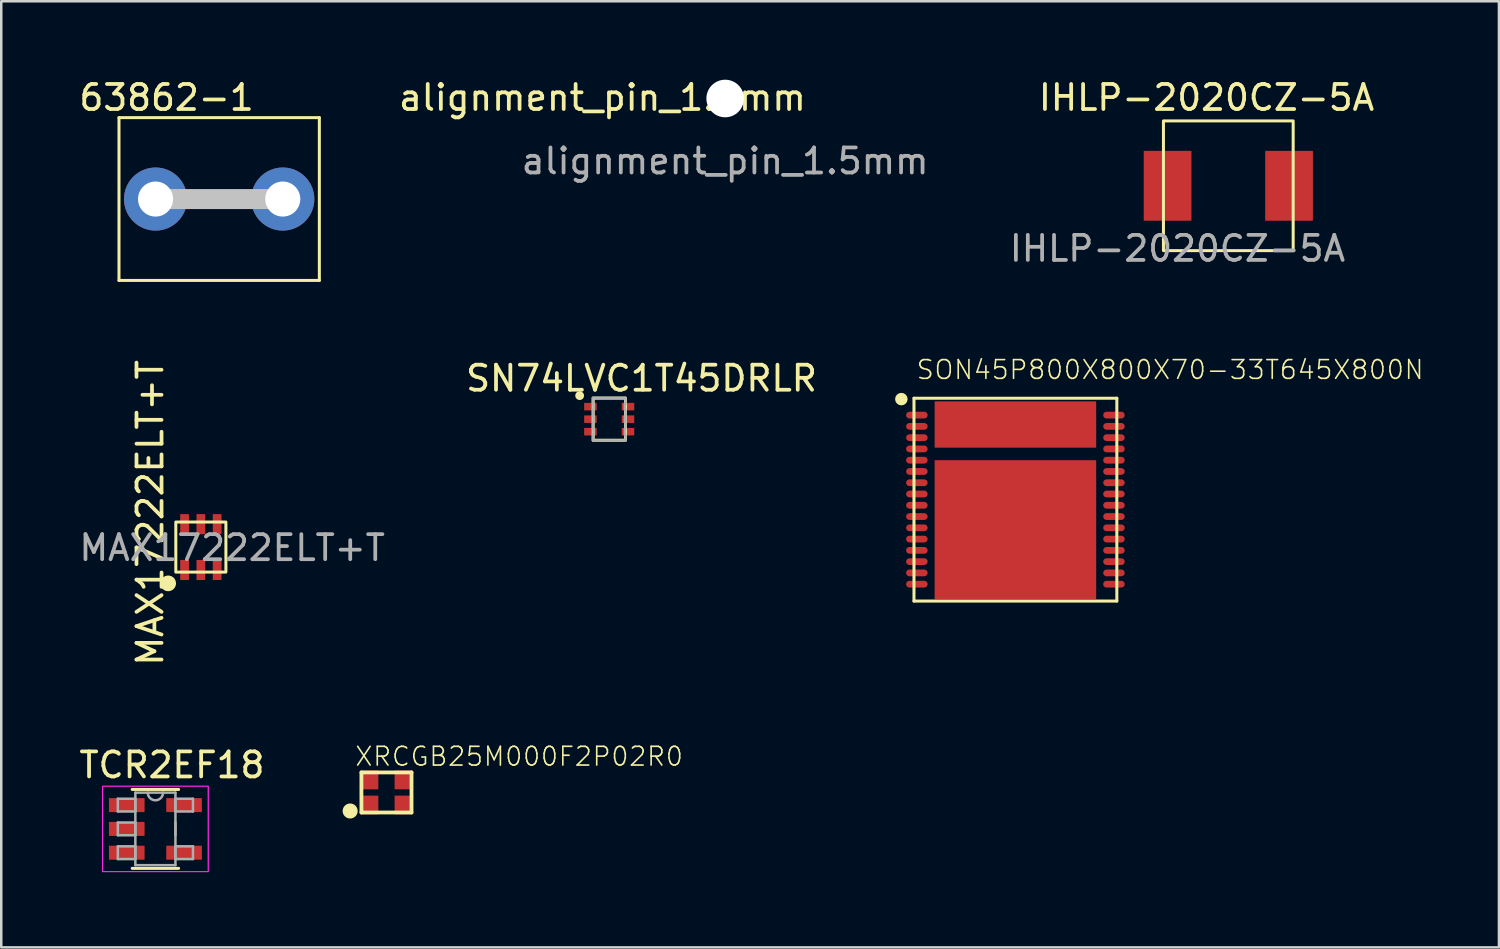
<source format=kicad_pcb>
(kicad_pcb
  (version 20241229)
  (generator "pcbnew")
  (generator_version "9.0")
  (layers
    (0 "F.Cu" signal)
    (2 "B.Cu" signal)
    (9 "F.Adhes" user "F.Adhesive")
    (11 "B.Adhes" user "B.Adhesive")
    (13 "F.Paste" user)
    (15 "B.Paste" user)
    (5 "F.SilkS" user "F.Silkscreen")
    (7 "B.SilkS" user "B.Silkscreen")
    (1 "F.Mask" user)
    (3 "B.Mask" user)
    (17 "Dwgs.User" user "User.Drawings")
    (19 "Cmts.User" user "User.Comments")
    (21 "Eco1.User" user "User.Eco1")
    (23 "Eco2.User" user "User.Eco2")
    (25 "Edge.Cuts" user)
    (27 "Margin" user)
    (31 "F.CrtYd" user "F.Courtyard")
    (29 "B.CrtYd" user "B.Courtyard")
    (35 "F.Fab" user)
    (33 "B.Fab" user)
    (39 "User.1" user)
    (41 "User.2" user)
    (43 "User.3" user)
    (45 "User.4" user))
  (footprint "XRCGB25M000F2P02R0"
    (layer "F.Cu")
    (at 12.381 28.592)
    (property "Reference" "XRCGB25M000F2P02R0" (at -1.3 -1 0) (layer "F.SilkS") (effects (font (size 0.748 0.748) (thickness 0.065)) (justify left bottom)))
    (fp_line (start -1 -0.8) (end 1 -0.8) (stroke (width 0.152) (type solid)) (layer "F.SilkS"))
    (fp_line (start -1 0.8) (end -1 -0.8) (stroke (width 0.152) (type solid)) (layer "F.SilkS"))
    (fp_line (start 1 -0.8) (end 1 0.8) (stroke (width 0.152) (type solid)) (layer "F.SilkS"))
    (fp_line (start 1 0.8) (end -1 0.8) (stroke (width 0.152) (type solid)) (layer "F.SilkS"))
    (fp_circle (center -1.45 0.74) (end -1.226 0.74) (stroke (width 0.152) (type solid)) (fill yes) (layer "F.SilkS"))
    (pad "P$1" smd rect (at -0.675 0.5) (size 0.7 0.75) (layers "F.Cu" "F.Mask" "F.Paste"))
    (pad "P$2" smd rect (at 0.675 0.5) (size 0.7 0.75) (layers "F.Cu" "F.Mask" "F.Paste"))
    (pad "P$3" smd rect (at 0.675 -0.5) (size 0.7 0.75) (layers "F.Cu" "F.Mask" "F.Paste"))
    (pad "P$4" smd rect (at -0.675 -0.5) (size 0.7 0.75) (layers "F.Cu" "F.Mask" "F.Paste")))
  (footprint "SN74LVC1T45DRLR"
    (layer "F.Cu")
    (at 21.275 13.687)
    (property "Reference" "SN74LVC1T45DRLR" (at 1.29 -1.63 0) (layer "F.SilkS") (effects (font (size 1 1) (thickness 0.15))))
    (attr through_hole)
    (fp_rect (start -0.64 -0.84) (end 0.65 0.84) (stroke (width 0.12) (type solid)) (fill no) (layer "F.SilkS"))
    (fp_circle (center -1.18 -0.94) (end -1.03 -0.94) (stroke (width 0.05) (type solid)) (fill yes) (layer "F.SilkS"))
    (fp_line (start -0.65 -0.85) (end 0.65 -0.85) (stroke (width 0.1) (type solid)) (layer "F.Fab"))
    (fp_line (start -0.65 -0.625) (end -0.65 -0.85) (stroke (width 0.1) (type solid)) (layer "F.Fab"))
    (fp_line (start -0.65 -0.125) (end -0.65 -0.375) (stroke (width 0.1) (type solid)) (layer "F.Fab"))
    (fp_line (start -0.65 0.375) (end -0.65 0.125) (stroke (width 0.1) (type solid)) (layer "F.Fab"))
    (fp_line (start -0.65 0.85) (end -0.65 0.625) (stroke (width 0.1) (type solid)) (layer "F.Fab"))
    (fp_line (start -0.65 0.85) (end 0.65 0.85) (stroke (width 0.1) (type solid)) (layer "F.Fab"))
    (fp_line (start -0.627 -0.375) (end -0.627 -0.625) (stroke (width 0.1) (type solid)) (layer "F.Fab"))
    (fp_line (start -0.627 0.125) (end -0.627 -0.125) (stroke (width 0.1) (type solid)) (layer "F.Fab"))
    (fp_line (start -0.627 0.625) (end -0.627 0.375) (stroke (width 0.1) (type solid)) (layer "F.Fab"))
    (fp_line (start 0.627 -0.375) (end 0.627 -0.625) (stroke (width 0.1) (type solid)) (layer "F.Fab"))
    (fp_line (start 0.627 0.125) (end 0.627 -0.125) (stroke (width 0.1) (type solid)) (layer "F.Fab"))
    (fp_line (start 0.627 0.625) (end 0.627 0.375) (stroke (width 0.1) (type solid)) (layer "F.Fab"))
    (fp_line (start 0.65 -0.625) (end 0.65 -0.85) (stroke (width 0.1) (type solid)) (layer "F.Fab"))
    (fp_line (start 0.65 0.375) (end 0.65 -0.375) (stroke (width 0.1) (type solid)) (layer "F.Fab"))
    (fp_line (start 0.65 0.85) (end 0.65 0.625) (stroke (width 0.1) (type solid)) (layer "F.Fab"))
    (pad "1" smd rect (at -0.75 -0.5 90) (size 0.3 0.5) (layers "F.Cu" "F.Mask" "F.Paste"))
    (pad "2" smd rect (at -0.75 -0.000003 90) (size 0.3 0.5) (layers "F.Cu" "F.Mask" "F.Paste"))
    (pad "3" smd rect (at -0.75 0.5 90) (size 0.3 0.5) (layers "F.Cu" "F.Mask" "F.Paste"))
    (pad "4" smd rect (at 0.75 0.5 90) (size 0.3 0.5) (layers "F.Cu" "F.Mask" "F.Paste"))
    (pad "5" smd rect (at 0.75 -0.000003 90) (size 0.3 0.5) (layers "F.Cu" "F.Mask" "F.Paste"))
    (pad "6" smd rect (at 0.75 -0.5 90) (size 0.3 0.5) (layers "F.Cu" "F.Mask" "F.Paste")))
  (footprint "IHLP-2020CZ-5A"
    (layer "F.Cu")
    (at 45.995 4.368)
    (property "Reference" "IHLP-2020CZ-5A" (at -0.87 -3.52 0) (unlocked yes) (layer "F.SilkS") (effects (font (size 1 1) (thickness 0.15))))
    (attr smd)
    (fp_rect (start 2.59 2.59) (end -2.59 -2.59) (stroke (width 0.12) (type solid)) (fill no) (layer "F.SilkS"))
    (fp_text user "${REFERENCE}" (at -2.03 2.505 0) (unlocked yes) (layer "F.Fab") (effects (font (size 1 1) (thickness 0.15))))
    (pad "1" smd rect (at -2.425 0) (size 1.905 2.79) (layers "F.Cu" "F.Mask" "F.Paste"))
    (pad "2" smd rect (at 2.425 0) (size 1.905 2.79) (layers "F.Cu" "F.Mask" "F.Paste")))
  (footprint "TCR2EF18"
    (layer "F.Cu")
    (at 3.155 30.047)
    (property "Reference" "TCR2EF18" (at 0.66 -2.55 0) (layer "F.SilkS") (effects (font (size 1 1) (thickness 0.15))))
    (attr through_hole)
    (fp_line (start -0.927 1.575) (end 0.927 1.575) (stroke (width 0.12) (type solid)) (layer "F.SilkS"))
    (fp_line (start 0.927 -1.575) (end -0.927 -1.575) (stroke (width 0.12) (type solid)) (layer "F.SilkS"))
    (fp_rect (start -2.11 -1.705) (end 2.11 1.705) (stroke (width 0.05) (type solid)) (fill no) (layer "F.CrtYd"))
    (fp_line (start -1.5 -1.204) (end -1.5 -0.696) (stroke (width 0.1) (type solid)) (layer "F.Fab"))
    (fp_line (start -1.5 -0.696) (end -0.8 -0.696) (stroke (width 0.1) (type solid)) (layer "F.Fab"))
    (fp_line (start -1.5 -0.254) (end -1.5 0.254) (stroke (width 0.1) (type solid)) (layer "F.Fab"))
    (fp_line (start -1.5 0.254) (end -0.8 0.254) (stroke (width 0.1) (type solid)) (layer "F.Fab"))
    (fp_line (start -1.5 0.696) (end -1.5 1.204) (stroke (width 0.1) (type solid)) (layer "F.Fab"))
    (fp_line (start -1.5 1.204) (end -0.8 1.204) (stroke (width 0.1) (type solid)) (layer "F.Fab"))
    (fp_line (start -0.8 -1.448) (end -0.8 1.448) (stroke (width 0.1) (type solid)) (layer "F.Fab"))
    (fp_line (start -0.8 -1.204) (end -1.5 -1.204) (stroke (width 0.1) (type solid)) (layer "F.Fab"))
    (fp_line (start -0.8 -0.696) (end -0.8 -1.204) (stroke (width 0.1) (type solid)) (layer "F.Fab"))
    (fp_line (start -0.8 -0.254) (end -1.5 -0.254) (stroke (width 0.1) (type solid)) (layer "F.Fab"))
    (fp_line (start -0.8 0.254) (end -0.8 -0.254) (stroke (width 0.1) (type solid)) (layer "F.Fab"))
    (fp_line (start -0.8 0.696) (end -1.5 0.696) (stroke (width 0.1) (type solid)) (layer "F.Fab"))
    (fp_line (start -0.8 1.204) (end -0.8 0.696) (stroke (width 0.1) (type solid)) (layer "F.Fab"))
    (fp_line (start -0.8 1.448) (end 0.8 1.448) (stroke (width 0.1) (type solid)) (layer "F.Fab"))
    (fp_line (start 0.8 -1.448) (end -0.8 -1.448) (stroke (width 0.1) (type solid)) (layer "F.Fab"))
    (fp_line (start 0.8 -1.204) (end 0.8 -0.696) (stroke (width 0.1) (type solid)) (layer "F.Fab"))
    (fp_line (start 0.8 -0.696) (end 1.5 -0.696) (stroke (width 0.1) (type solid)) (layer "F.Fab"))
    (fp_line (start 0.8 -0.254) (end 0.8 0.254) (stroke (width 0.1) (type solid)) (layer "F.Fab"))
    (fp_line (start 0.8 0.696) (end 0.8 1.204) (stroke (width 0.1) (type solid)) (layer "F.Fab"))
    (fp_line (start 0.8 1.204) (end 1.5 1.204) (stroke (width 0.1) (type solid)) (layer "F.Fab"))
    (fp_line (start 0.8 1.448) (end 0.8 -1.448) (stroke (width 0.1) (type solid)) (layer "F.Fab"))
    (fp_line (start 1.5 -1.204) (end 0.8 -1.204) (stroke (width 0.1) (type solid)) (layer "F.Fab"))
    (fp_line (start 1.5 -0.696) (end 1.5 -1.204) (stroke (width 0.1) (type solid)) (layer "F.Fab"))
    (fp_line (start 1.5 0.696) (end 0.8 0.696) (stroke (width 0.1) (type solid)) (layer "F.Fab"))
    (fp_line (start 1.5 1.204) (end 1.5 0.696) (stroke (width 0.1) (type solid)) (layer "F.Fab"))
    (fp_arc (start 0.3048 -1.4478) (mid 0 -1.143) (end -0.3048 -1.4478) (stroke (width 0.1) (type solid)) (layer "F.Fab"))
    (pad "1" smd rect (at -1.144 -0.95) (size 1.422 0.559) (layers "F.Cu" "F.Mask" "F.Paste"))
    (pad "2" smd rect (at -1.144 0) (size 1.422 0.559) (layers "F.Cu" "F.Mask" "F.Paste"))
    (pad "3" smd rect (at -1.144 0.95) (size 1.422 0.559) (layers "F.Cu" "F.Mask" "F.Paste"))
    (pad "4" smd rect (at 1.144 0.95) (size 1.422 0.559) (layers "F.Cu" "F.Mask" "F.Paste"))
    (pad "5" smd rect (at 1.144 -0.95) (size 1.422 0.559) (layers "F.Cu" "F.Mask" "F.Paste")))
  (footprint "63862-1"
    (layer "F.Cu")
    (at 5.701 4.898)
    (property "Reference" "63862-1" (at -2.1 -4.05 0) (unlocked yes) (layer "F.SilkS") (effects (font (size 1 1) (thickness 0.15))))
    (fp_line (start -4 -3.25) (end 4 -3.25) (stroke (width 0.12) (type solid)) (layer "F.SilkS"))
    (fp_line (start -4 3.25) (end -4 -3.25) (stroke (width 0.12) (type solid)) (layer "F.SilkS"))
    (fp_line (start 4 -3.25) (end 4 3.25) (stroke (width 0.12) (type solid)) (layer "F.SilkS"))
    (fp_line (start 4 3.25) (end -4 3.25) (stroke (width 0.12) (type solid)) (layer "F.SilkS"))
    (fp_line (start -2.49 0) (end 2.61 0) (stroke (width 0.8) (type solid)) (layer "Dwgs.User"))
    (pad "1" thru_hole circle (at -2.54 0) (size 2.52 2.52) (drill 1.4) (layers "*.Cu" "*.Mask"))
    (pad "1" thru_hole circle (at 2.54 0) (size 2.52 2.52) (drill 1.4) (layers "*.Cu" "*.Mask")))
  (footprint "alignment_pin_1.5mm"
    (layer "F.Cu")
    (at 25.905 0.883)
    (property "Reference" "alignment_pin_1.5mm" (at -4.9 -0.035 0) (unlocked yes) (layer "F.SilkS") (effects (font (size 1 1) (thickness 0.15))))
    (attr through_hole)
    (fp_circle (center 0 0) (end 0.75 0) (stroke (width 0) (type solid)) (fill yes) (layer "F.Paste"))
    (fp_circle (center 0 0) (end 0.75 0) (stroke (width 0) (type solid)) (fill yes) (layer "B.Paste"))
    (fp_text user "${REFERENCE}" (at 0 2.5 0) (unlocked yes) (layer "F.Fab") (effects (font (size 1 1) (thickness 0.15))))
    (pad "" np_thru_hole circle (at 0 0) (size 1.5 1.5) (drill 1.5) (layers "*.Cu" "*.Mask")))
  (footprint "MAX17222ELT+T"
    (layer "F.Cu")
    (at 4.97 18.793)
    (property "Reference" "MAX17222ELT+T" (at -2.025 -1.365 90) (unlocked yes) (layer "F.SilkS") (effects (font (size 1 1) (thickness 0.15))))
    (attr smd)
    (fp_rect (start -1 -1) (end 1 1) (stroke (width 0.12) (type solid)) (fill no) (layer "F.SilkS"))
    (fp_circle (center -1.305 1.45) (end -1.052 1.45) (stroke (width 0.12) (type solid)) (fill yes) (layer "F.SilkS"))
    (fp_text user "${REFERENCE}" (at 1.25 0.03 0) (unlocked yes) (layer "F.Fab") (effects (font (size 1 1) (thickness 0.15))))
    (pad "1" smd rect (at -0.65 0.915 90) (size 0.8 0.35) (layers "F.Cu" "F.Mask" "F.Paste"))
    (pad "2" smd rect (at 0 0.915 90) (size 0.8 0.35) (layers "F.Cu" "F.Mask" "F.Paste"))
    (pad "3" smd rect (at 0.65 0.915 90) (size 0.8 0.35) (layers "F.Cu" "F.Mask" "F.Paste"))
    (pad "4" smd rect (at 0.65 -0.915 90) (size 0.8 0.35) (layers "F.Cu" "F.Mask" "F.Paste"))
    (pad "5" smd rect (at 0 -0.915 90) (size 0.8 0.35) (layers "F.Cu" "F.Mask" "F.Paste"))
    (pad "6" smd rect (at -0.65 -0.915 90) (size 0.8 0.35) (layers "F.Cu" "F.Mask" "F.Paste")))
  (footprint "SON45P800X800X70-33T645X800N"
    (layer "F.Cu")
    (at 37.494 16.9)
    (property "Reference" "SON45P800X800X70-33T645X800N" (at -4 -4.749 0) (layer "F.SilkS") (effects (font (size 0.748 0.748) (thickness 0.065)) (justify left bottom)))
    (fp_line (start -4.05 -4.05) (end 4.05 -4.05) (stroke (width 0.12) (type solid)) (layer "F.SilkS"))
    (fp_line (start -4.05 4.05) (end -4.05 -4.05) (stroke (width 0.12) (type solid)) (layer "F.SilkS"))
    (fp_line (start 4.05 -4.05) (end 4.05 4.05) (stroke (width 0.12) (type solid)) (layer "F.SilkS"))
    (fp_line (start 4.05 4.05) (end -4.05 4.05) (stroke (width 0.12) (type solid)) (layer "F.SilkS"))
    (fp_circle (center -4.554 -4.014) (end -4.429 -4.014) (stroke (width 0.25) (type solid)) (fill no) (layer "F.SilkS"))
    (fp_poly (pts (xy -2.9 -2.3) (xy -1.2 -2.3) (xy -1.2 -3.7) (xy -2.9 -3.7)) (stroke (width 0.1) (type solid)) (fill yes) (layer "F.Paste"))
    (fp_poly (pts (xy -2.9 1) (xy -1.2 1) (xy -1.2 -1.3) (xy -2.9 -1.3)) (stroke (width 0.1) (type solid)) (fill yes) (layer "F.Paste"))
    (fp_poly (pts (xy -2.9 3.7) (xy -1.2 3.7) (xy -1.2 1.4) (xy -2.9 1.4)) (stroke (width 0.1) (type solid)) (fill yes) (layer "F.Paste"))
    (fp_poly (pts (xy -0.8 -2.3) (xy 0.9 -2.3) (xy 0.9 -3.7) (xy -0.8 -3.7)) (stroke (width 0.1) (type solid)) (fill yes) (layer "F.Paste"))
    (fp_poly (pts (xy -0.8 1) (xy 0.9 1) (xy 0.9 -1.3) (xy -0.8 -1.3)) (stroke (width 0.1) (type solid)) (fill yes) (layer "F.Paste"))
    (fp_poly (pts (xy -0.8 3.7) (xy 0.9 3.7) (xy 0.9 1.4) (xy -0.8 1.4)) (stroke (width 0.1) (type solid)) (fill yes) (layer "F.Paste"))
    (fp_poly (pts (xy 1.2 -2.3) (xy 2.9 -2.3) (xy 2.9 -3.7) (xy 1.2 -3.7)) (stroke (width 0.1) (type solid)) (fill yes) (layer "F.Paste"))
    (fp_poly (pts (xy 1.2 1) (xy 2.9 1) (xy 2.9 -1.3) (xy 1.2 -1.3)) (stroke (width 0.1) (type solid)) (fill yes) (layer "F.Paste"))
    (fp_poly (pts (xy 1.2 3.7) (xy 2.9 3.7) (xy 2.9 1.4) (xy 1.2 1.4)) (stroke (width 0.1) (type solid)) (fill yes) (layer "F.Paste"))
    (pad "1" smd roundrect (at -3.935 -3.375) (size 0.86 0.27) (layers "F.Cu" "F.Mask" "F.Paste") (roundrect_rratio 0.5))
    (pad "2" smd roundrect (at -3.935 -2.925) (size 0.86 0.27) (layers "F.Cu" "F.Mask" "F.Paste") (roundrect_rratio 0.5))
    (pad "3" smd roundrect (at -3.935 -2.475) (size 0.86 0.27) (layers "F.Cu" "F.Mask" "F.Paste") (roundrect_rratio 0.5))
    (pad "4" smd roundrect (at -3.935 -2.025) (size 0.86 0.27) (layers "F.Cu" "F.Mask" "F.Paste") (roundrect_rratio 0.5))
    (pad "5" smd roundrect (at -3.935 -1.575) (size 0.86 0.27) (layers "F.Cu" "F.Mask" "F.Paste") (roundrect_rratio 0.5))
    (pad "6" smd roundrect (at -3.935 -1.125) (size 0.86 0.27) (layers "F.Cu" "F.Mask" "F.Paste") (roundrect_rratio 0.5))
    (pad "7" smd roundrect (at -3.935 -0.675) (size 0.86 0.27) (layers "F.Cu" "F.Mask" "F.Paste") (roundrect_rratio 0.5))
    (pad "8" smd roundrect (at -3.935 -0.225) (size 0.86 0.27) (layers "F.Cu" "F.Mask" "F.Paste") (roundrect_rratio 0.5))
    (pad "9" smd roundrect (at -3.935 0.225) (size 0.86 0.27) (layers "F.Cu" "F.Mask" "F.Paste") (roundrect_rratio 0.5))
    (pad "10" smd roundrect (at -3.935 0.675) (size 0.86 0.27) (layers "F.Cu" "F.Mask" "F.Paste") (roundrect_rratio 0.5))
    (pad "11" smd roundrect (at -3.935 1.125) (size 0.86 0.27) (layers "F.Cu" "F.Mask" "F.Paste") (roundrect_rratio 0.5))
    (pad "12" smd roundrect (at -3.935 1.575) (size 0.86 0.27) (layers "F.Cu" "F.Mask" "F.Paste") (roundrect_rratio 0.5))
    (pad "13" smd roundrect (at -3.935 2.025) (size 0.86 0.27) (layers "F.Cu" "F.Mask" "F.Paste") (roundrect_rratio 0.5))
    (pad "14" smd roundrect (at -3.935 2.475) (size 0.86 0.27) (layers "F.Cu" "F.Mask" "F.Paste") (roundrect_rratio 0.5))
    (pad "15" smd roundrect (at -3.935 2.925) (size 0.86 0.27) (layers "F.Cu" "F.Mask" "F.Paste") (roundrect_rratio 0.5))
    (pad "16" smd roundrect (at -3.935 3.375) (size 0.86 0.27) (layers "F.Cu" "F.Mask" "F.Paste") (roundrect_rratio 0.5))
    (pad "17" smd roundrect (at 3.935 3.375) (size 0.86 0.27) (layers "F.Cu" "F.Mask" "F.Paste") (roundrect_rratio 0.5))
    (pad "18" smd roundrect (at 3.935 2.925) (size 0.86 0.27) (layers "F.Cu" "F.Mask" "F.Paste") (roundrect_rratio 0.5))
    (pad "19" smd roundrect (at 3.935 2.475) (size 0.86 0.27) (layers "F.Cu" "F.Mask" "F.Paste") (roundrect_rratio 0.5))
    (pad "20" smd roundrect (at 3.935 2.025) (size 0.86 0.27) (layers "F.Cu" "F.Mask" "F.Paste") (roundrect_rratio 0.5))
    (pad "21" smd roundrect (at 3.935 1.575) (size 0.86 0.27) (layers "F.Cu" "F.Mask" "F.Paste") (roundrect_rratio 0.5))
    (pad "22" smd roundrect (at 3.935 1.125) (size 0.86 0.27) (layers "F.Cu" "F.Mask" "F.Paste") (roundrect_rratio 0.5))
    (pad "23" smd roundrect (at 3.935 0.675) (size 0.86 0.27) (layers "F.Cu" "F.Mask" "F.Paste") (roundrect_rratio 0.5))
    (pad "24" smd roundrect (at 3.935 0.225) (size 0.86 0.27) (layers "F.Cu" "F.Mask" "F.Paste") (roundrect_rratio 0.5))
    (pad "25" smd roundrect (at 3.935 -0.225) (size 0.86 0.27) (layers "F.Cu" "F.Mask" "F.Paste") (roundrect_rratio 0.5))
    (pad "26" smd roundrect (at 3.935 -0.675) (size 0.86 0.27) (layers "F.Cu" "F.Mask" "F.Paste") (roundrect_rratio 0.5))
    (pad "27" smd roundrect (at 3.935 -1.125) (size 0.86 0.27) (layers "F.Cu" "F.Mask" "F.Paste") (roundrect_rratio 0.5))
    (pad "28" smd roundrect (at 3.935 -1.575) (size 0.86 0.27) (layers "F.Cu" "F.Mask" "F.Paste") (roundrect_rratio 0.5))
    (pad "29" smd roundrect (at 3.935 -2.025) (size 0.86 0.27) (layers "F.Cu" "F.Mask" "F.Paste") (roundrect_rratio 0.5))
    (pad "30" smd roundrect (at 3.935 -2.475) (size 0.86 0.27) (layers "F.Cu" "F.Mask" "F.Paste") (roundrect_rratio 0.5))
    (pad "31" smd roundrect (at 3.935 -2.925) (size 0.86 0.27) (layers "F.Cu" "F.Mask" "F.Paste") (roundrect_rratio 0.5))
    (pad "32" smd roundrect (at 3.935 -3.375) (size 0.86 0.27) (layers "F.Cu" "F.Mask" "F.Paste") (roundrect_rratio 0.5))
    (pad "33" smd rect (at 0 -3) (size 6.45 1.85) (layers "F.Cu" "F.Mask"))
    (pad "34" smd rect (at 0 1.2) (size 6.45 5.55) (layers "F.Cu" "F.Mask")))
  (gr_rect
    (start -3 -3)
    (end 56.801 34.777)
    (stroke (width 0.1) (type default))
    (fill no)
    (layer "Edge.Cuts")))
</source>
